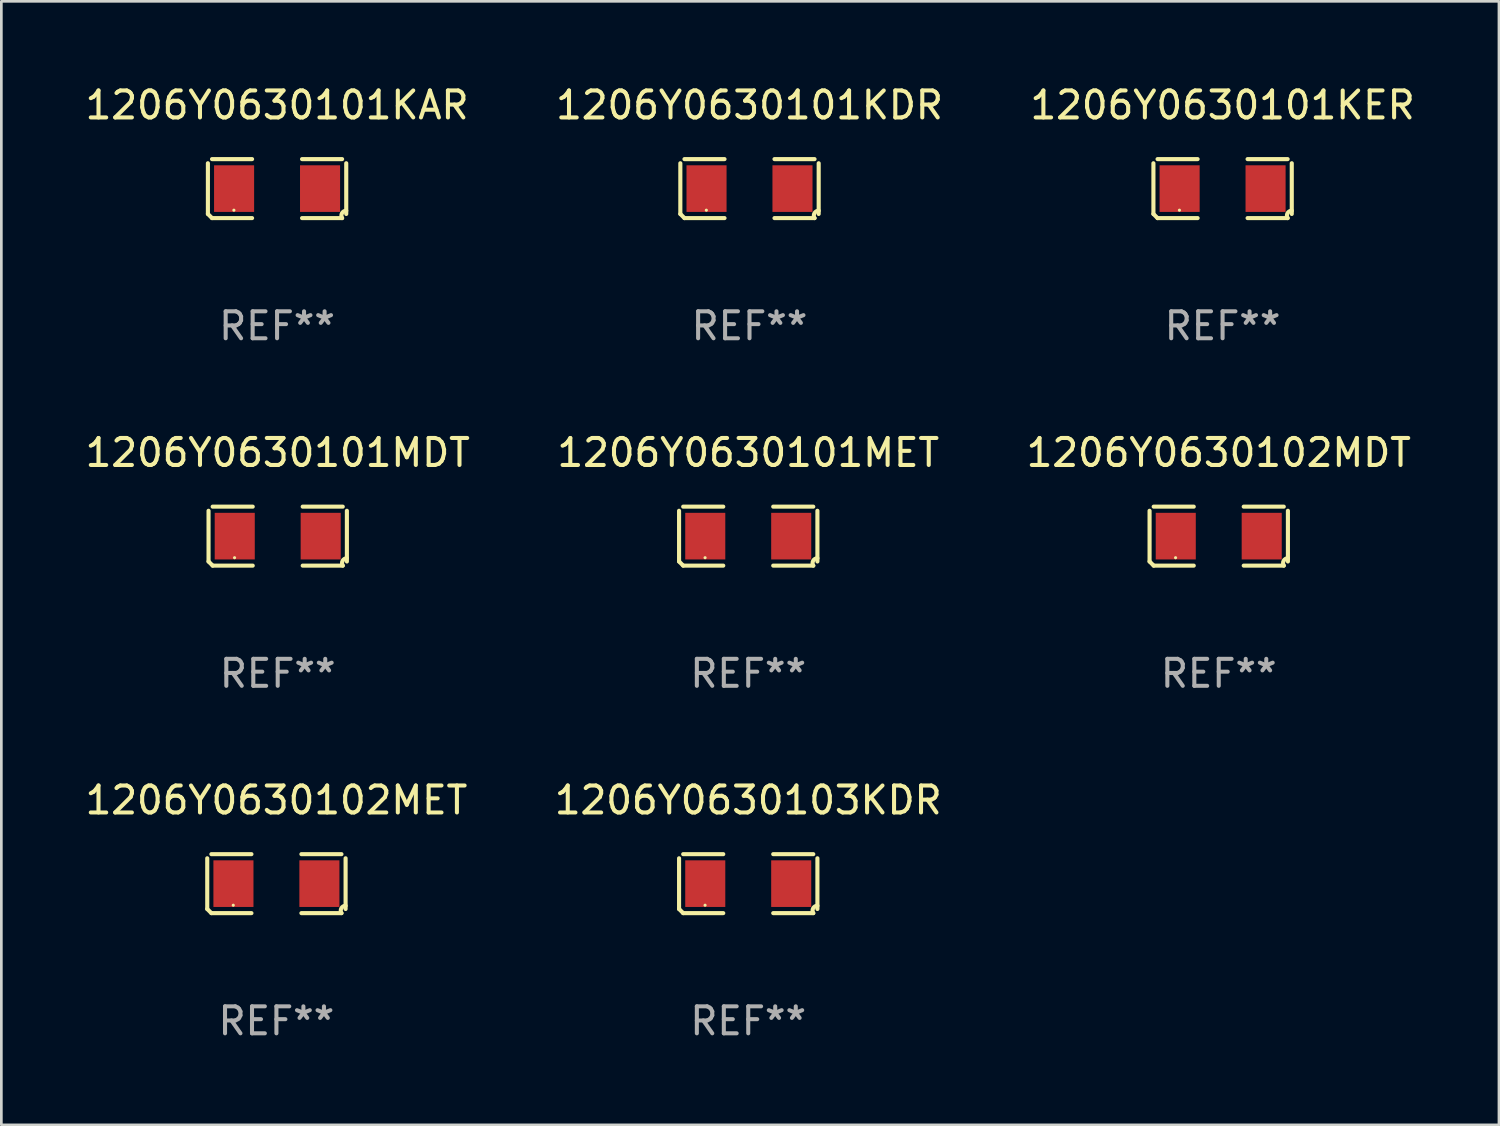
<source format=kicad_pcb>
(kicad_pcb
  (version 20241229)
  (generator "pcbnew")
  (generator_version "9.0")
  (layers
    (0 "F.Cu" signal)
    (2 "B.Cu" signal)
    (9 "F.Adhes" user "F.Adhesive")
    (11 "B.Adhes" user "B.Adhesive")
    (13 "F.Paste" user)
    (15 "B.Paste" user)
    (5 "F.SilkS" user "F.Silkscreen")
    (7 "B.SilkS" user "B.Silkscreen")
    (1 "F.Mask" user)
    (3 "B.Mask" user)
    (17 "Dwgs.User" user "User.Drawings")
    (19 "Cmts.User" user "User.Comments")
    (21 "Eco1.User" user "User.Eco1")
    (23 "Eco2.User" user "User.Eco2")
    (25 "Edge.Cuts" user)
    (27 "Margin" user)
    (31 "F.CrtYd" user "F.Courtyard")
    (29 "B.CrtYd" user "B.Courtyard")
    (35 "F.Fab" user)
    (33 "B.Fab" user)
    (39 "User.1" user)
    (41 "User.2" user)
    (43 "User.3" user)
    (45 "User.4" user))
  (footprint "1206Y0630101KDR"
    (layer "F.Cu")
    (at 24.732 3.941)
    (property "Reference" "1206Y0630101KDR" (at 0 -3.093 0) (layer "F.SilkS") (effects (font (size 1 1) (thickness 0.15))))
    (attr through_hole)
    (fp_line (start -2.564 0.94) (end -2.564 -0.94) (stroke (width 0.152) (type solid)) (layer "F.SilkS"))
    (fp_line (start -2.411 -1.093) (end -0.926 -1.093) (stroke (width 0.152) (type solid)) (layer "F.SilkS"))
    (fp_line (start -0.926 1.093) (end -2.411 1.093) (stroke (width 0.152) (type solid)) (layer "F.SilkS"))
    (fp_line (start 0.926 1.093) (end 2.411 1.093) (stroke (width 0.152) (type solid)) (layer "F.SilkS"))
    (fp_line (start 2.411 -1.093) (end 0.926 -1.093) (stroke (width 0.152) (type solid)) (layer "F.SilkS"))
    (fp_line (start 2.564 0.94) (end 2.564 -0.94) (stroke (width 0.152) (type solid)) (layer "F.SilkS"))
    (fp_arc (start -2.411201 1.092609) (mid -2.487413 1.01642) (end -2.563602 0.940208) (stroke (width 0.1524) (type solid)) (layer "F.SilkS"))
    (fp_arc (start 2.411201 1.092609) (mid 2.407159 0.911226) (end 2.563602 0.819347) (stroke (width 0.1524) (type solid)) (layer "F.SilkS"))
    (fp_circle (center -1.6 0.8) (end -1.57 0.8) (stroke (width 0.06) (type solid)) (fill no) (layer "F.SilkS"))
    (fp_text user "REF**" (at 0 5.093 0) (layer "F.Fab") (effects (font (size 1 1) (thickness 0.15))))
    (pad "1" smd rect (at -1.593 0) (size 1.485 1.728) (layers "F.Cu" "F.Mask" "F.Paste"))
    (pad "2" smd rect (at 1.593 0) (size 1.485 1.728) (layers "F.Cu" "F.Mask" "F.Paste")))
  (footprint "1206Y0630102MDT"
    (layer "F.Cu")
    (at 42.125 16.823)
    (property "Reference" "1206Y0630102MDT" (at 0 -3.093 0) (layer "F.SilkS") (effects (font (size 1 1) (thickness 0.15))))
    (attr through_hole)
    (fp_line (start -2.564 0.94) (end -2.564 -0.94) (stroke (width 0.152) (type solid)) (layer "F.SilkS"))
    (fp_line (start -2.411 -1.093) (end -0.926 -1.093) (stroke (width 0.152) (type solid)) (layer "F.SilkS"))
    (fp_line (start -0.926 1.093) (end -2.411 1.093) (stroke (width 0.152) (type solid)) (layer "F.SilkS"))
    (fp_line (start 0.926 1.093) (end 2.411 1.093) (stroke (width 0.152) (type solid)) (layer "F.SilkS"))
    (fp_line (start 2.411 -1.093) (end 0.926 -1.093) (stroke (width 0.152) (type solid)) (layer "F.SilkS"))
    (fp_line (start 2.564 0.94) (end 2.564 -0.94) (stroke (width 0.152) (type solid)) (layer "F.SilkS"))
    (fp_arc (start -2.411201 1.092609) (mid -2.487413 1.01642) (end -2.563602 0.940208) (stroke (width 0.1524) (type solid)) (layer "F.SilkS"))
    (fp_arc (start 2.411201 1.092609) (mid 2.407159 0.911226) (end 2.563602 0.819347) (stroke (width 0.1524) (type solid)) (layer "F.SilkS"))
    (fp_circle (center -1.6 0.8) (end -1.57 0.8) (stroke (width 0.06) (type solid)) (fill no) (layer "F.SilkS"))
    (fp_text user "REF**" (at 0 5.093 0) (layer "F.Fab") (effects (font (size 1 1) (thickness 0.15))))
    (pad "1" smd rect (at -1.593 0) (size 1.485 1.728) (layers "F.Cu" "F.Mask" "F.Paste"))
    (pad "2" smd rect (at 1.593 0) (size 1.485 1.728) (layers "F.Cu" "F.Mask" "F.Paste")))
  (footprint "1206Y0630101MDT"
    (layer "F.Cu")
    (at 7.244 16.823)
    (property "Reference" "1206Y0630101MDT" (at 0 -3.093 0) (layer "F.SilkS") (effects (font (size 1 1) (thickness 0.15))))
    (attr through_hole)
    (fp_line (start -2.564 0.94) (end -2.564 -0.94) (stroke (width 0.152) (type solid)) (layer "F.SilkS"))
    (fp_line (start -2.411 -1.093) (end -0.926 -1.093) (stroke (width 0.152) (type solid)) (layer "F.SilkS"))
    (fp_line (start -0.926 1.093) (end -2.411 1.093) (stroke (width 0.152) (type solid)) (layer "F.SilkS"))
    (fp_line (start 0.926 1.093) (end 2.411 1.093) (stroke (width 0.152) (type solid)) (layer "F.SilkS"))
    (fp_line (start 2.411 -1.093) (end 0.926 -1.093) (stroke (width 0.152) (type solid)) (layer "F.SilkS"))
    (fp_line (start 2.564 0.94) (end 2.564 -0.94) (stroke (width 0.152) (type solid)) (layer "F.SilkS"))
    (fp_arc (start -2.411201 1.092609) (mid -2.487413 1.01642) (end -2.563602 0.940208) (stroke (width 0.1524) (type solid)) (layer "F.SilkS"))
    (fp_arc (start 2.411201 1.092609) (mid 2.407159 0.911226) (end 2.563602 0.819347) (stroke (width 0.1524) (type solid)) (layer "F.SilkS"))
    (fp_circle (center -1.6 0.8) (end -1.57 0.8) (stroke (width 0.06) (type solid)) (fill no) (layer "F.SilkS"))
    (fp_text user "REF**" (at 0 5.093 0) (layer "F.Fab") (effects (font (size 1 1) (thickness 0.15))))
    (pad "1" smd rect (at -1.593 0) (size 1.485 1.728) (layers "F.Cu" "F.Mask" "F.Paste"))
    (pad "2" smd rect (at 1.593 0) (size 1.485 1.728) (layers "F.Cu" "F.Mask" "F.Paste")))
  (footprint "1206Y0630103KDR"
    (layer "F.Cu")
    (at 24.685 29.704)
    (property "Reference" "1206Y0630103KDR" (at 0 -3.093 0) (layer "F.SilkS") (effects (font (size 1 1) (thickness 0.15))))
    (attr through_hole)
    (fp_line (start -2.564 0.94) (end -2.564 -0.94) (stroke (width 0.152) (type solid)) (layer "F.SilkS"))
    (fp_line (start -2.411 -1.093) (end -0.926 -1.093) (stroke (width 0.152) (type solid)) (layer "F.SilkS"))
    (fp_line (start -0.926 1.093) (end -2.411 1.093) (stroke (width 0.152) (type solid)) (layer "F.SilkS"))
    (fp_line (start 0.926 1.093) (end 2.411 1.093) (stroke (width 0.152) (type solid)) (layer "F.SilkS"))
    (fp_line (start 2.411 -1.093) (end 0.926 -1.093) (stroke (width 0.152) (type solid)) (layer "F.SilkS"))
    (fp_line (start 2.564 0.94) (end 2.564 -0.94) (stroke (width 0.152) (type solid)) (layer "F.SilkS"))
    (fp_arc (start -2.411201 1.092609) (mid -2.487413 1.01642) (end -2.563602 0.940208) (stroke (width 0.1524) (type solid)) (layer "F.SilkS"))
    (fp_arc (start 2.411201 1.092609) (mid 2.407159 0.911226) (end 2.563602 0.819347) (stroke (width 0.1524) (type solid)) (layer "F.SilkS"))
    (fp_circle (center -1.6 0.8) (end -1.57 0.8) (stroke (width 0.06) (type solid)) (fill no) (layer "F.SilkS"))
    (fp_text user "REF**" (at 0 5.093 0) (layer "F.Fab") (effects (font (size 1 1) (thickness 0.15))))
    (pad "1" smd rect (at -1.593 0) (size 1.485 1.728) (layers "F.Cu" "F.Mask" "F.Paste"))
    (pad "2" smd rect (at 1.593 0) (size 1.485 1.728) (layers "F.Cu" "F.Mask" "F.Paste")))
  (footprint "1206Y0630101MET"
    (layer "F.Cu")
    (at 24.685 16.823)
    (property "Reference" "1206Y0630101MET" (at 0 -3.093 0) (layer "F.SilkS") (effects (font (size 1 1) (thickness 0.15))))
    (attr through_hole)
    (fp_line (start -2.564 0.94) (end -2.564 -0.94) (stroke (width 0.152) (type solid)) (layer "F.SilkS"))
    (fp_line (start -2.411 -1.093) (end -0.926 -1.093) (stroke (width 0.152) (type solid)) (layer "F.SilkS"))
    (fp_line (start -0.926 1.093) (end -2.411 1.093) (stroke (width 0.152) (type solid)) (layer "F.SilkS"))
    (fp_line (start 0.926 1.093) (end 2.411 1.093) (stroke (width 0.152) (type solid)) (layer "F.SilkS"))
    (fp_line (start 2.411 -1.093) (end 0.926 -1.093) (stroke (width 0.152) (type solid)) (layer "F.SilkS"))
    (fp_line (start 2.564 0.94) (end 2.564 -0.94) (stroke (width 0.152) (type solid)) (layer "F.SilkS"))
    (fp_arc (start -2.411201 1.092609) (mid -2.487413 1.01642) (end -2.563602 0.940208) (stroke (width 0.1524) (type solid)) (layer "F.SilkS"))
    (fp_arc (start 2.411201 1.092609) (mid 2.407159 0.911226) (end 2.563602 0.819347) (stroke (width 0.1524) (type solid)) (layer "F.SilkS"))
    (fp_circle (center -1.6 0.8) (end -1.57 0.8) (stroke (width 0.06) (type solid)) (fill no) (layer "F.SilkS"))
    (fp_text user "REF**" (at 0 5.093 0) (layer "F.Fab") (effects (font (size 1 1) (thickness 0.15))))
    (pad "1" smd rect (at -1.593 0) (size 1.485 1.728) (layers "F.Cu" "F.Mask" "F.Paste"))
    (pad "2" smd rect (at 1.593 0) (size 1.485 1.728) (layers "F.Cu" "F.Mask" "F.Paste")))
  (footprint "1206Y0630102MET"
    (layer "F.Cu")
    (at 7.196 29.704)
    (property "Reference" "1206Y0630102MET" (at 0 -3.093 0) (layer "F.SilkS") (effects (font (size 1 1) (thickness 0.15))))
    (attr through_hole)
    (fp_line (start -2.564 0.94) (end -2.564 -0.94) (stroke (width 0.152) (type solid)) (layer "F.SilkS"))
    (fp_line (start -2.411 -1.093) (end -0.926 -1.093) (stroke (width 0.152) (type solid)) (layer "F.SilkS"))
    (fp_line (start -0.926 1.093) (end -2.411 1.093) (stroke (width 0.152) (type solid)) (layer "F.SilkS"))
    (fp_line (start 0.926 1.093) (end 2.411 1.093) (stroke (width 0.152) (type solid)) (layer "F.SilkS"))
    (fp_line (start 2.411 -1.093) (end 0.926 -1.093) (stroke (width 0.152) (type solid)) (layer "F.SilkS"))
    (fp_line (start 2.564 0.94) (end 2.564 -0.94) (stroke (width 0.152) (type solid)) (layer "F.SilkS"))
    (fp_arc (start -2.411201 1.092609) (mid -2.487413 1.01642) (end -2.563602 0.940208) (stroke (width 0.1524) (type solid)) (layer "F.SilkS"))
    (fp_arc (start 2.411201 1.092609) (mid 2.407159 0.911226) (end 2.563602 0.819347) (stroke (width 0.1524) (type solid)) (layer "F.SilkS"))
    (fp_circle (center -1.6 0.8) (end -1.57 0.8) (stroke (width 0.06) (type solid)) (fill no) (layer "F.SilkS"))
    (fp_text user "REF**" (at 0 5.093 0) (layer "F.Fab") (effects (font (size 1 1) (thickness 0.15))))
    (pad "1" smd rect (at -1.593 0) (size 1.485 1.728) (layers "F.Cu" "F.Mask" "F.Paste"))
    (pad "2" smd rect (at 1.593 0) (size 1.485 1.728) (layers "F.Cu" "F.Mask" "F.Paste")))
  (footprint "1206Y0630101KAR"
    (layer "F.Cu")
    (at 7.22 3.941)
    (property "Reference" "1206Y0630101KAR" (at 0 -3.093 0) (layer "F.SilkS") (effects (font (size 1 1) (thickness 0.15))))
    (attr through_hole)
    (fp_line (start -2.564 0.94) (end -2.564 -0.94) (stroke (width 0.152) (type solid)) (layer "F.SilkS"))
    (fp_line (start -2.411 -1.093) (end -0.926 -1.093) (stroke (width 0.152) (type solid)) (layer "F.SilkS"))
    (fp_line (start -0.926 1.093) (end -2.411 1.093) (stroke (width 0.152) (type solid)) (layer "F.SilkS"))
    (fp_line (start 0.926 1.093) (end 2.411 1.093) (stroke (width 0.152) (type solid)) (layer "F.SilkS"))
    (fp_line (start 2.411 -1.093) (end 0.926 -1.093) (stroke (width 0.152) (type solid)) (layer "F.SilkS"))
    (fp_line (start 2.564 0.94) (end 2.564 -0.94) (stroke (width 0.152) (type solid)) (layer "F.SilkS"))
    (fp_arc (start -2.411201 1.092609) (mid -2.487413 1.01642) (end -2.563602 0.940208) (stroke (width 0.1524) (type solid)) (layer "F.SilkS"))
    (fp_arc (start 2.411201 1.092609) (mid 2.407159 0.911226) (end 2.563602 0.819347) (stroke (width 0.1524) (type solid)) (layer "F.SilkS"))
    (fp_circle (center -1.6 0.8) (end -1.57 0.8) (stroke (width 0.06) (type solid)) (fill no) (layer "F.SilkS"))
    (fp_text user "REF**" (at 0 5.093 0) (layer "F.Fab") (effects (font (size 1 1) (thickness 0.15))))
    (pad "1" smd rect (at -1.593 0) (size 1.485 1.728) (layers "F.Cu" "F.Mask" "F.Paste"))
    (pad "2" smd rect (at 1.593 0) (size 1.485 1.728) (layers "F.Cu" "F.Mask" "F.Paste")))
  (footprint "1206Y0630101KER"
    (layer "F.Cu")
    (at 42.268 3.941)
    (property "Reference" "1206Y0630101KER" (at 0 -3.093 0) (layer "F.SilkS") (effects (font (size 1 1) (thickness 0.15))))
    (attr through_hole)
    (fp_line (start -2.564 0.94) (end -2.564 -0.94) (stroke (width 0.152) (type solid)) (layer "F.SilkS"))
    (fp_line (start -2.411 -1.093) (end -0.926 -1.093) (stroke (width 0.152) (type solid)) (layer "F.SilkS"))
    (fp_line (start -0.926 1.093) (end -2.411 1.093) (stroke (width 0.152) (type solid)) (layer "F.SilkS"))
    (fp_line (start 0.926 1.093) (end 2.411 1.093) (stroke (width 0.152) (type solid)) (layer "F.SilkS"))
    (fp_line (start 2.411 -1.093) (end 0.926 -1.093) (stroke (width 0.152) (type solid)) (layer "F.SilkS"))
    (fp_line (start 2.564 0.94) (end 2.564 -0.94) (stroke (width 0.152) (type solid)) (layer "F.SilkS"))
    (fp_arc (start -2.411201 1.092609) (mid -2.487413 1.01642) (end -2.563602 0.940208) (stroke (width 0.1524) (type solid)) (layer "F.SilkS"))
    (fp_arc (start 2.411201 1.092609) (mid 2.407159 0.911226) (end 2.563602 0.819347) (stroke (width 0.1524) (type solid)) (layer "F.SilkS"))
    (fp_circle (center -1.6 0.8) (end -1.57 0.8) (stroke (width 0.06) (type solid)) (fill no) (layer "F.SilkS"))
    (fp_text user "REF**" (at 0 5.093 0) (layer "F.Fab") (effects (font (size 1 1) (thickness 0.15))))
    (pad "1" smd rect (at -1.593 0) (size 1.485 1.728) (layers "F.Cu" "F.Mask" "F.Paste"))
    (pad "2" smd rect (at 1.593 0) (size 1.485 1.728) (layers "F.Cu" "F.Mask" "F.Paste")))
  (gr_rect
    (start -3 -3)
    (end 52.512 38.645)
    (stroke (width 0.1) (type default))
    (fill no)
    (layer "Edge.Cuts")))
</source>
